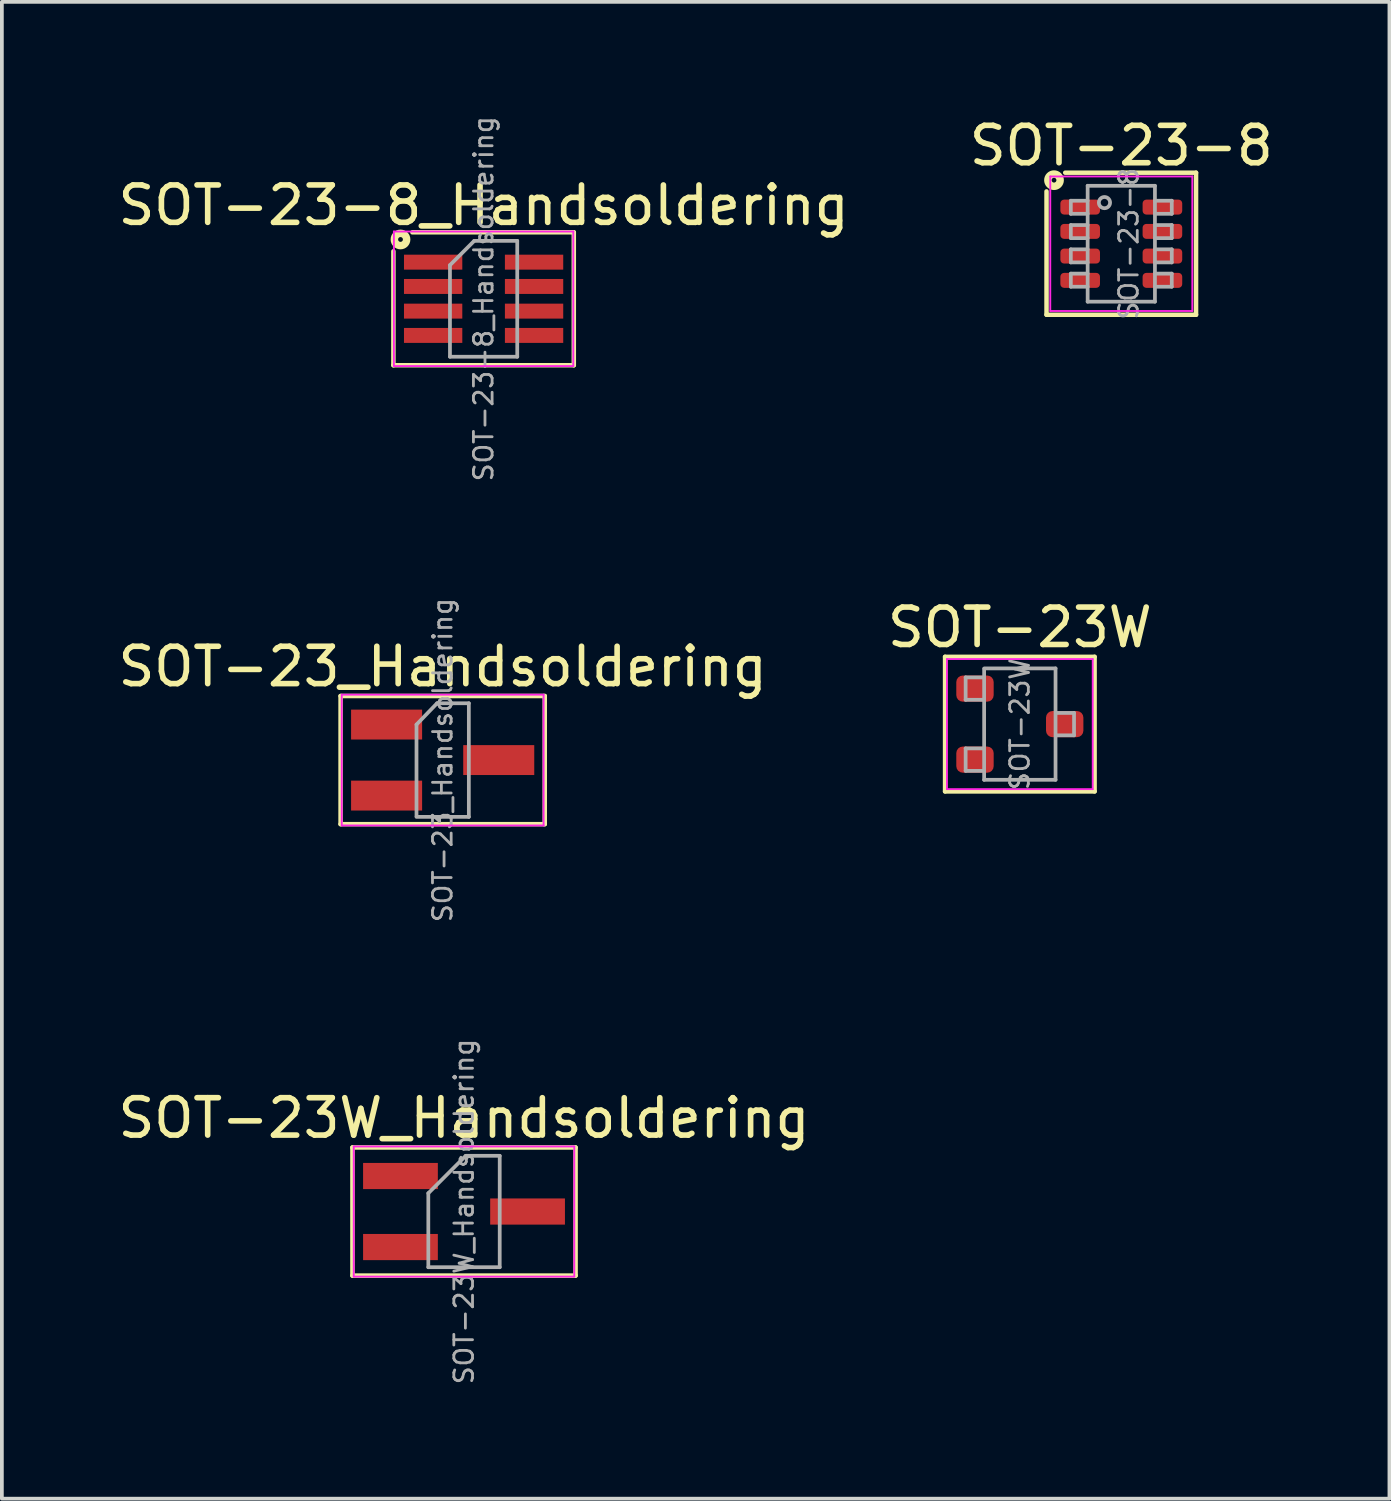
<source format=kicad_pcb>
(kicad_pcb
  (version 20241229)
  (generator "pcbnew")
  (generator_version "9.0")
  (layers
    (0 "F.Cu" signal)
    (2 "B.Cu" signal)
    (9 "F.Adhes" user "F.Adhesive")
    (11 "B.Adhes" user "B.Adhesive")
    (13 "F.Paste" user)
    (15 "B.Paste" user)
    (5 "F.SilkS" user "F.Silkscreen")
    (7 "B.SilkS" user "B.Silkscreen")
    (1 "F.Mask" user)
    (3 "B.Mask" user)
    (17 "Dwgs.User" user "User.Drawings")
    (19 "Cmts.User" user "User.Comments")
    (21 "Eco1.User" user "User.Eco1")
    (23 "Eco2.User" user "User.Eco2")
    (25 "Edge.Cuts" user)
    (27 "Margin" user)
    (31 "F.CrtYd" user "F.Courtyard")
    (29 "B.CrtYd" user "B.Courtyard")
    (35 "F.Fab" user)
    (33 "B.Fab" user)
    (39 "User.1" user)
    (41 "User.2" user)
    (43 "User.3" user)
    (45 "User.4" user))
  (footprint "SOT-23-8"
    (layer "F.Cu")
    (at 26.946 3.47)
    (property "Reference" "SOT-23-8" (at 0 -2.622 0) (layer "F.SilkS") (effects (font (size 1 1) (thickness 0.15))))
    (attr smd)
    (fp_line (start -2 -1.4) (end -2 1.9) (stroke (width 0.12) (type solid)) (layer "F.SilkS"))
    (fp_line (start -2 1.9) (end 2 1.9) (stroke (width 0.12) (type solid)) (layer "F.SilkS"))
    (fp_line (start 2 -1.9) (end -1.5 -1.9) (stroke (width 0.12) (type solid)) (layer "F.SilkS"))
    (fp_line (start 2 1.9) (end 2 -1.9) (stroke (width 0.12) (type solid)) (layer "F.SilkS"))
    (fp_circle (center -1.8 -1.7) (end -1.736 -1.7) (stroke (width 0.2) (type solid)) (fill no) (layer "F.SilkS"))
    (fp_line (start -1.9 -1.8) (end -1.9 1.8) (stroke (width 0.05) (type solid)) (layer "F.CrtYd"))
    (fp_line (start -1.9 1.8) (end 1.9 1.8) (stroke (width 0.05) (type solid)) (layer "F.CrtYd"))
    (fp_line (start 1.9 -1.8) (end -1.9 -1.8) (stroke (width 0.05) (type solid)) (layer "F.CrtYd"))
    (fp_line (start 1.9 1.8) (end 1.9 -1.8) (stroke (width 0.05) (type solid)) (layer "F.CrtYd"))
    (fp_line (start -1.35 -1.15) (end -1.35 -0.8) (stroke (width 0.1) (type solid)) (layer "F.Fab"))
    (fp_line (start -1.35 -0.8) (end -0.9 -0.8) (stroke (width 0.1) (type solid)) (layer "F.Fab"))
    (fp_line (start -1.35 -0.5) (end -1.35 -0.15) (stroke (width 0.1) (type solid)) (layer "F.Fab"))
    (fp_line (start -1.35 -0.15) (end -0.9 -0.15) (stroke (width 0.1) (type solid)) (layer "F.Fab"))
    (fp_line (start -1.35 0.15) (end -1.35 0.5) (stroke (width 0.1) (type solid)) (layer "F.Fab"))
    (fp_line (start -1.35 0.5) (end -0.9 0.5) (stroke (width 0.1) (type solid)) (layer "F.Fab"))
    (fp_line (start -1.35 0.8) (end -1.35 1.15) (stroke (width 0.1) (type solid)) (layer "F.Fab"))
    (fp_line (start -1.35 1.15) (end -0.9 1.15) (stroke (width 0.1) (type solid)) (layer "F.Fab"))
    (fp_line (start -0.9 -1.55) (end -0.9 1.55) (stroke (width 0.1) (type solid)) (layer "F.Fab"))
    (fp_line (start -0.9 -1.15) (end -1.35 -1.15) (stroke (width 0.1) (type solid)) (layer "F.Fab"))
    (fp_line (start -0.9 -0.5) (end -1.35 -0.5) (stroke (width 0.1) (type solid)) (layer "F.Fab"))
    (fp_line (start -0.9 0.15) (end -1.35 0.15) (stroke (width 0.1) (type solid)) (layer "F.Fab"))
    (fp_line (start -0.9 0.8) (end -1.35 0.8) (stroke (width 0.1) (type solid)) (layer "F.Fab"))
    (fp_line (start 0.9 -1.55) (end -0.9 -1.55) (stroke (width 0.1) (type solid)) (layer "F.Fab"))
    (fp_line (start 0.9 -1.55) (end 0.9 1.55) (stroke (width 0.1) (type solid)) (layer "F.Fab"))
    (fp_line (start 0.9 -0.8) (end 1.35 -0.8) (stroke (width 0.1) (type solid)) (layer "F.Fab"))
    (fp_line (start 0.9 -0.15) (end 1.35 -0.15) (stroke (width 0.1) (type solid)) (layer "F.Fab"))
    (fp_line (start 0.9 0.5) (end 1.35 0.5) (stroke (width 0.1) (type solid)) (layer "F.Fab"))
    (fp_line (start 0.9 1.15) (end 1.35 1.15) (stroke (width 0.1) (type solid)) (layer "F.Fab"))
    (fp_line (start 0.9 1.55) (end -0.9 1.55) (stroke (width 0.1) (type solid)) (layer "F.Fab"))
    (fp_line (start 1.35 -1.15) (end 0.9 -1.15) (stroke (width 0.1) (type solid)) (layer "F.Fab"))
    (fp_line (start 1.35 -0.8) (end 1.35 -1.15) (stroke (width 0.1) (type solid)) (layer "F.Fab"))
    (fp_line (start 1.35 -0.5) (end 0.9 -0.5) (stroke (width 0.1) (type solid)) (layer "F.Fab"))
    (fp_line (start 1.35 -0.15) (end 1.35 -0.5) (stroke (width 0.1) (type solid)) (layer "F.Fab"))
    (fp_line (start 1.35 0.15) (end 0.9 0.15) (stroke (width 0.1) (type solid)) (layer "F.Fab"))
    (fp_line (start 1.35 0.5) (end 1.35 0.15) (stroke (width 0.1) (type solid)) (layer "F.Fab"))
    (fp_line (start 1.35 0.8) (end 0.9 0.8) (stroke (width 0.1) (type solid)) (layer "F.Fab"))
    (fp_line (start 1.35 1.15) (end 1.35 0.8) (stroke (width 0.1) (type solid)) (layer "F.Fab"))
    (fp_circle (center -0.45 -1.1) (end -0.3 -1.1) (stroke (width 0.1) (type solid)) (fill no) (layer "F.Fab"))
    (fp_text user "${REFERENCE}" (at 0.2 0 90) (layer "F.Fab") (effects (font (size 0.5 0.5) (thickness 0.075))))
    (pad "1" smd roundrect (at -1.1 -0.98) (size 1.06 0.4) (layers "F.Cu" "F.Mask" "F.Paste") (roundrect_rratio 0.25))
    (pad "2" smd roundrect (at -1.1 -0.33) (size 1.06 0.4) (layers "F.Cu" "F.Mask" "F.Paste") (roundrect_rratio 0.25))
    (pad "3" smd roundrect (at -1.1 0.33) (size 1.06 0.4) (layers "F.Cu" "F.Mask" "F.Paste") (roundrect_rratio 0.25))
    (pad "4" smd roundrect (at -1.1 0.98) (size 1.06 0.4) (layers "F.Cu" "F.Mask" "F.Paste") (roundrect_rratio 0.25))
    (pad "5" smd roundrect (at 1.1 0.98) (size 1.06 0.4) (layers "F.Cu" "F.Mask" "F.Paste") (roundrect_rratio 0.25))
    (pad "6" smd roundrect (at 1.1 0.33) (size 1.06 0.4) (layers "F.Cu" "F.Mask" "F.Paste") (roundrect_rratio 0.25))
    (pad "7" smd roundrect (at 1.1 -0.33) (size 1.06 0.4) (layers "F.Cu" "F.Mask" "F.Paste") (roundrect_rratio 0.25))
    (pad "8" smd roundrect (at 1.1 -0.98) (size 1.06 0.4) (layers "F.Cu" "F.Mask" "F.Paste") (roundrect_rratio 0.25)))
  (footprint "SOT-23W"
    (layer "F.Cu")
    (at 24.232 16.321)
    (property "Reference" "SOT-23W" (at 0 -2.586 0) (layer "F.SilkS") (effects (font (size 1 1) (thickness 0.15))))
    (attr smd)
    (fp_line (start -2 -1.8) (end -2 1.8) (stroke (width 0.12) (type solid)) (layer "F.SilkS"))
    (fp_line (start -2 1.8) (end 2 1.8) (stroke (width 0.12) (type solid)) (layer "F.SilkS"))
    (fp_line (start 2 -1.8) (end -2 -1.8) (stroke (width 0.12) (type solid)) (layer "F.SilkS"))
    (fp_line (start 2 1.8) (end 2 -1.8) (stroke (width 0.12) (type solid)) (layer "F.SilkS"))
    (fp_line (start -1.95 -1.74) (end 1.95 -1.74) (stroke (width 0.05) (type solid)) (layer "F.CrtYd"))
    (fp_line (start -1.95 1.74) (end -1.95 -1.74) (stroke (width 0.05) (type solid)) (layer "F.CrtYd"))
    (fp_line (start 1.95 -1.74) (end 1.95 1.74) (stroke (width 0.05) (type solid)) (layer "F.CrtYd"))
    (fp_line (start 1.95 1.74) (end -1.95 1.74) (stroke (width 0.05) (type solid)) (layer "F.CrtYd"))
    (fp_line (start -1.45 -1.25) (end -1.45 -0.65) (stroke (width 0.1) (type solid)) (layer "F.Fab"))
    (fp_line (start -1.45 -1.25) (end -1 -1.25) (stroke (width 0.1) (type solid)) (layer "F.Fab"))
    (fp_line (start -1.45 -0.65) (end -1 -0.65) (stroke (width 0.1) (type solid)) (layer "F.Fab"))
    (fp_line (start -1.45 0.65) (end -1.45 1.25) (stroke (width 0.1) (type solid)) (layer "F.Fab"))
    (fp_line (start -1.45 0.65) (end -1 0.65) (stroke (width 0.1) (type solid)) (layer "F.Fab"))
    (fp_line (start -1.45 1.25) (end -1 1.25) (stroke (width 0.1) (type solid)) (layer "F.Fab"))
    (fp_line (start -0.955 -1.48) (end -0.955 1.49) (stroke (width 0.1) (type solid)) (layer "F.Fab"))
    (fp_line (start -0.955 1.49) (end 0.955 1.49) (stroke (width 0.1) (type solid)) (layer "F.Fab"))
    (fp_line (start -0.95 -1.49) (end 0.955 -1.49) (stroke (width 0.1) (type solid)) (layer "F.Fab"))
    (fp_line (start 0.955 -1.49) (end 0.955 1.49) (stroke (width 0.1) (type solid)) (layer "F.Fab"))
    (fp_line (start 1.45 -0.3) (end 1 -0.3) (stroke (width 0.1) (type solid)) (layer "F.Fab"))
    (fp_line (start 1.45 0.3) (end 1 0.3) (stroke (width 0.1) (type solid)) (layer "F.Fab"))
    (fp_line (start 1.45 0.3) (end 1.45 -0.3) (stroke (width 0.1) (type solid)) (layer "F.Fab"))
    (fp_text user "${REFERENCE}" (at 0 0 90) (layer "F.Fab") (effects (font (size 0.5 0.5) (thickness 0.075))))
    (pad "1" smd roundrect (at -1.2 -0.95) (size 1 0.7) (layers "F.Cu" "F.Mask" "F.Paste") (roundrect_rratio 0.25))
    (pad "2" smd roundrect (at -1.2 0.95) (size 1 0.7) (layers "F.Cu" "F.Mask" "F.Paste") (roundrect_rratio 0.25))
    (pad "3" smd roundrect (at 1.2 0) (size 1 0.7) (layers "F.Cu" "F.Mask" "F.Paste") (roundrect_rratio 0.25)))
  (footprint "SOT-23_Handsoldering"
    (layer "F.Cu")
    (at 8.792 17.283)
    (property "Reference" "SOT-23_Handsoldering" (at 0 -2.5 0) (layer "F.SilkS") (effects (font (size 1 1) (thickness 0.15))))
    (attr smd)
    (fp_line (start -2.731 -1.714) (end -2.731 1.714) (stroke (width 0.12) (type solid)) (layer "F.SilkS"))
    (fp_line (start -2.731 1.714) (end 2.731 1.714) (stroke (width 0.12) (type solid)) (layer "F.SilkS"))
    (fp_line (start 2.731 -1.714) (end -2.731 -1.714) (stroke (width 0.12) (type solid)) (layer "F.SilkS"))
    (fp_line (start 2.731 1.714) (end 2.731 -1.714) (stroke (width 0.12) (type solid)) (layer "F.SilkS"))
    (fp_line (start -2.7 -1.75) (end 2.7 -1.75) (stroke (width 0.05) (type solid)) (layer "F.CrtYd"))
    (fp_line (start -2.7 1.75) (end -2.7 -1.75) (stroke (width 0.05) (type solid)) (layer "F.CrtYd"))
    (fp_line (start 2.7 -1.75) (end 2.7 1.75) (stroke (width 0.05) (type solid)) (layer "F.CrtYd"))
    (fp_line (start 2.7 1.75) (end -2.7 1.75) (stroke (width 0.05) (type solid)) (layer "F.CrtYd"))
    (fp_line (start -0.7 -0.95) (end -0.7 1.5) (stroke (width 0.1) (type solid)) (layer "F.Fab"))
    (fp_line (start -0.7 -0.95) (end -0.15 -1.52) (stroke (width 0.1) (type solid)) (layer "F.Fab"))
    (fp_line (start -0.7 1.52) (end 0.7 1.52) (stroke (width 0.1) (type solid)) (layer "F.Fab"))
    (fp_line (start -0.15 -1.52) (end 0.7 -1.52) (stroke (width 0.1) (type solid)) (layer "F.Fab"))
    (fp_line (start 0.7 -1.52) (end 0.7 1.52) (stroke (width 0.1) (type solid)) (layer "F.Fab"))
    (fp_text user "${REFERENCE}" (at 0 0 90) (layer "F.Fab") (effects (font (size 0.5 0.5) (thickness 0.075))))
    (pad "1" smd rect (at -1.5 -0.95) (size 1.9 0.8) (layers "F.Cu" "F.Mask" "F.Paste"))
    (pad "2" smd rect (at -1.5 0.95) (size 1.9 0.8) (layers "F.Cu" "F.Mask" "F.Paste"))
    (pad "3" smd rect (at 1.5 0) (size 1.9 0.8) (layers "F.Cu" "F.Mask" "F.Paste")))
  (footprint "SOT-23-8_Handsoldering"
    (layer "F.Cu")
    (at 9.887 4.943)
    (property "Reference" "SOT-23-8_Handsoldering" (at 0 -2.5 0) (layer "F.SilkS") (effects (font (size 1 1) (thickness 0.15))))
    (attr smd)
    (fp_line (start -2.413 -1.27) (end -2.413 1.778) (stroke (width 0.12) (type solid)) (layer "F.SilkS"))
    (fp_line (start -2.413 1.778) (end 2.413 1.778) (stroke (width 0.12) (type solid)) (layer "F.SilkS"))
    (fp_line (start 2.413 -1.778) (end -1.905 -1.778) (stroke (width 0.12) (type solid)) (layer "F.SilkS"))
    (fp_line (start 2.413 1.778) (end 2.413 -1.778) (stroke (width 0.12) (type solid)) (layer "F.SilkS"))
    (fp_circle (center -2.223 -1.587) (end -2.159 -1.587) (stroke (width 0.2) (type solid)) (fill no) (layer "F.SilkS"))
    (fp_line (start -2.4 -1.8) (end 2.4 -1.8) (stroke (width 0.05) (type solid)) (layer "F.CrtYd"))
    (fp_line (start -2.4 1.8) (end -2.4 -1.8) (stroke (width 0.05) (type solid)) (layer "F.CrtYd"))
    (fp_line (start 2.4 -1.8) (end 2.4 1.8) (stroke (width 0.05) (type solid)) (layer "F.CrtYd"))
    (fp_line (start 2.4 1.8) (end -2.4 1.8) (stroke (width 0.05) (type solid)) (layer "F.CrtYd"))
    (fp_line (start -0.9 -0.9) (end -0.9 1.55) (stroke (width 0.1) (type solid)) (layer "F.Fab"))
    (fp_line (start -0.9 -0.9) (end -0.25 -1.55) (stroke (width 0.1) (type solid)) (layer "F.Fab"))
    (fp_line (start 0.9 -1.55) (end -0.25 -1.55) (stroke (width 0.1) (type solid)) (layer "F.Fab"))
    (fp_line (start 0.9 -1.55) (end 0.9 1.55) (stroke (width 0.1) (type solid)) (layer "F.Fab"))
    (fp_line (start 0.9 1.55) (end -0.9 1.55) (stroke (width 0.1) (type solid)) (layer "F.Fab"))
    (fp_text user "${REFERENCE}" (at 0 0 90) (layer "F.Fab") (effects (font (size 0.5 0.5) (thickness 0.075))))
    (pad "1" smd rect (at -1.35 -0.98) (size 1.56 0.4) (layers "F.Cu" "F.Mask" "F.Paste"))
    (pad "2" smd rect (at -1.35 -0.33) (size 1.56 0.4) (layers "F.Cu" "F.Mask" "F.Paste"))
    (pad "3" smd rect (at -1.35 0.33) (size 1.56 0.4) (layers "F.Cu" "F.Mask" "F.Paste"))
    (pad "4" smd rect (at -1.35 0.98) (size 1.56 0.4) (layers "F.Cu" "F.Mask" "F.Paste"))
    (pad "5" smd rect (at 1.35 0.98) (size 1.56 0.4) (layers "F.Cu" "F.Mask" "F.Paste"))
    (pad "6" smd rect (at 1.35 0.33) (size 1.56 0.4) (layers "F.Cu" "F.Mask" "F.Paste"))
    (pad "7" smd rect (at 1.35 -0.33) (size 1.56 0.4) (layers "F.Cu" "F.Mask" "F.Paste"))
    (pad "8" smd rect (at 1.35 -0.98) (size 1.56 0.4) (layers "F.Cu" "F.Mask" "F.Paste")))
  (footprint "SOT-23W_Handsoldering"
    (layer "F.Cu")
    (at 9.363 29.36)
    (property "Reference" "SOT-23W_Handsoldering" (at 0 -2.5 0) (layer "F.SilkS") (effects (font (size 1 1) (thickness 0.15))))
    (attr smd)
    (fp_line (start -2.985 -1.714) (end -2.985 1.714) (stroke (width 0.12) (type solid)) (layer "F.SilkS"))
    (fp_line (start -2.985 1.714) (end 2.985 1.714) (stroke (width 0.12) (type solid)) (layer "F.SilkS"))
    (fp_line (start 2.985 -1.714) (end -2.985 -1.714) (stroke (width 0.12) (type solid)) (layer "F.SilkS"))
    (fp_line (start 2.985 1.714) (end 2.985 -1.714) (stroke (width 0.12) (type solid)) (layer "F.SilkS"))
    (fp_line (start -2.95 -1.74) (end 2.95 -1.74) (stroke (width 0.05) (type solid)) (layer "F.CrtYd"))
    (fp_line (start -2.95 1.74) (end -2.95 -1.74) (stroke (width 0.05) (type solid)) (layer "F.CrtYd"))
    (fp_line (start 2.95 -1.74) (end 2.95 1.74) (stroke (width 0.05) (type solid)) (layer "F.CrtYd"))
    (fp_line (start 2.95 1.74) (end -2.95 1.74) (stroke (width 0.05) (type solid)) (layer "F.CrtYd"))
    (fp_line (start -0.955 -0.49) (end -0.955 1.49) (stroke (width 0.1) (type solid)) (layer "F.Fab"))
    (fp_line (start -0.955 -0.49) (end 0.045 -1.49) (stroke (width 0.1) (type solid)) (layer "F.Fab"))
    (fp_line (start -0.955 1.49) (end 0.955 1.49) (stroke (width 0.1) (type solid)) (layer "F.Fab"))
    (fp_line (start 0.045 -1.49) (end 0.955 -1.49) (stroke (width 0.1) (type solid)) (layer "F.Fab"))
    (fp_line (start 0.955 -1.49) (end 0.955 1.49) (stroke (width 0.1) (type solid)) (layer "F.Fab"))
    (fp_text user "${REFERENCE}" (at 0 0 90) (layer "F.Fab") (effects (font (size 0.5 0.5) (thickness 0.075))))
    (pad "1" smd rect (at -1.7 -0.95) (size 2 0.7) (layers "F.Cu" "F.Mask" "F.Paste"))
    (pad "2" smd rect (at -1.7 0.95) (size 2 0.7) (layers "F.Cu" "F.Mask" "F.Paste"))
    (pad "3" smd rect (at 1.7 0) (size 2 0.7) (layers "F.Cu" "F.Mask" "F.Paste")))
  (gr_rect
    (start -3 -3)
    (end 34.119 37.042)
    (stroke (width 0.1) (type default))
    (fill no)
    (layer "Edge.Cuts")))
</source>
